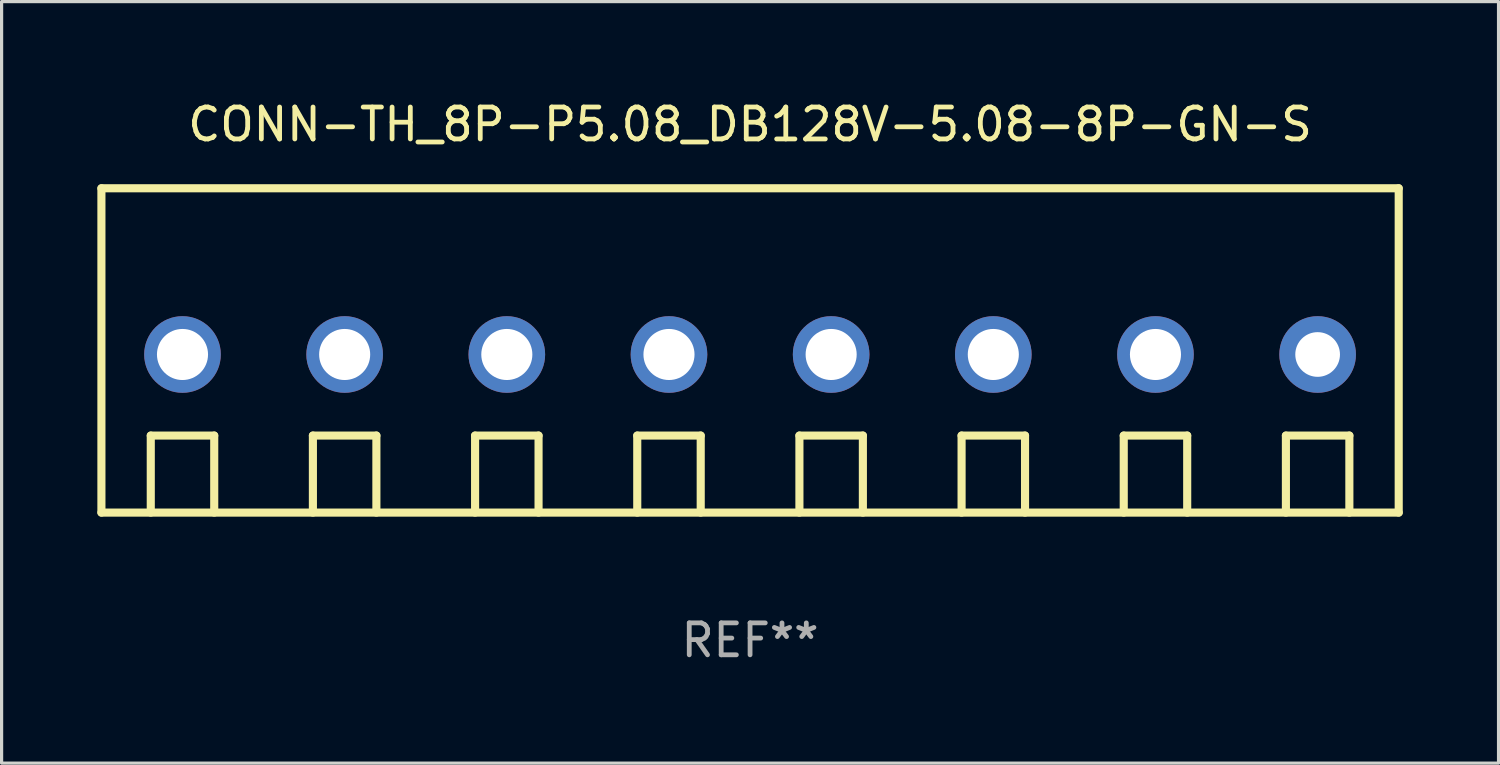
<source format=kicad_pcb>
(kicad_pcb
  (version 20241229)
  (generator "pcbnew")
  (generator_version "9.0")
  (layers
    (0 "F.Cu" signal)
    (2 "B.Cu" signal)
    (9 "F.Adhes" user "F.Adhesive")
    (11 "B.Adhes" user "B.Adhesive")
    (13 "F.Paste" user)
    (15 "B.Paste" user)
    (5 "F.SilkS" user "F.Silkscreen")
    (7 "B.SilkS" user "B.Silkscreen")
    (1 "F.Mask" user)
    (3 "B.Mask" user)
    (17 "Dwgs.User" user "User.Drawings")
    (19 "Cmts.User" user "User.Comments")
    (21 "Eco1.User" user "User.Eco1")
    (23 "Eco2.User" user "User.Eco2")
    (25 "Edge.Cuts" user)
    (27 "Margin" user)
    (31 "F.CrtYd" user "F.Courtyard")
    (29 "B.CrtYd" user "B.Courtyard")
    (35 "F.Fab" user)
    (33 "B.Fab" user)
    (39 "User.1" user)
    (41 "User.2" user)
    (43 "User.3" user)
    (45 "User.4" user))
  (footprint "CONN-TH_8P-P5.08_DB128V-5.08-8P-GN-S"
    (layer "F.Cu")
    (at 20.447 8.055)
    (property "Reference" "CONN-TH_8P-P5.08_DB128V-5.08-8P-GN-S" (at 0 -7.207 0) (layer "F.SilkS") (effects (font (size 1 1) (thickness 0.15))))
    (attr through_hole)
    (fp_line (start -20.32 -5.207) (end 20.32 -5.207) (stroke (width 0.254) (type solid)) (layer "F.SilkS"))
    (fp_line (start -20.32 4.953) (end -20.32 -5.207) (stroke (width 0.254) (type solid)) (layer "F.SilkS"))
    (fp_line (start -20.32 4.953) (end 20.32 4.953) (stroke (width 0.254) (type solid)) (layer "F.SilkS"))
    (fp_line (start -18.774 2.54) (end -18.774 4.953) (stroke (width 0.254) (type solid)) (layer "F.SilkS"))
    (fp_line (start -16.786 2.54) (end -18.774 2.54) (stroke (width 0.254) (type solid)) (layer "F.SilkS"))
    (fp_line (start -16.786 4.953) (end -16.786 2.54) (stroke (width 0.254) (type solid)) (layer "F.SilkS"))
    (fp_line (start -13.695 2.54) (end -13.695 4.953) (stroke (width 0.254) (type solid)) (layer "F.SilkS"))
    (fp_line (start -11.706 2.54) (end -13.695 2.54) (stroke (width 0.254) (type solid)) (layer "F.SilkS"))
    (fp_line (start -11.706 4.953) (end -11.706 2.54) (stroke (width 0.254) (type solid)) (layer "F.SilkS"))
    (fp_line (start -8.614 2.54) (end -8.614 4.953) (stroke (width 0.254) (type solid)) (layer "F.SilkS"))
    (fp_line (start -6.626 2.54) (end -8.614 2.54) (stroke (width 0.254) (type solid)) (layer "F.SilkS"))
    (fp_line (start -6.626 4.953) (end -6.626 2.54) (stroke (width 0.254) (type solid)) (layer "F.SilkS"))
    (fp_line (start -3.534 2.54) (end -3.534 4.953) (stroke (width 0.254) (type solid)) (layer "F.SilkS"))
    (fp_line (start -1.546 2.54) (end -3.534 2.54) (stroke (width 0.254) (type solid)) (layer "F.SilkS"))
    (fp_line (start -1.546 4.953) (end -1.546 2.54) (stroke (width 0.254) (type solid)) (layer "F.SilkS"))
    (fp_line (start 1.546 2.54) (end 1.546 4.953) (stroke (width 0.254) (type solid)) (layer "F.SilkS"))
    (fp_line (start 3.534 2.54) (end 1.546 2.54) (stroke (width 0.254) (type solid)) (layer "F.SilkS"))
    (fp_line (start 3.534 4.953) (end 3.534 2.54) (stroke (width 0.254) (type solid)) (layer "F.SilkS"))
    (fp_line (start 6.626 2.54) (end 6.626 4.953) (stroke (width 0.254) (type solid)) (layer "F.SilkS"))
    (fp_line (start 8.614 2.54) (end 6.626 2.54) (stroke (width 0.254) (type solid)) (layer "F.SilkS"))
    (fp_line (start 8.614 4.953) (end 8.614 2.54) (stroke (width 0.254) (type solid)) (layer "F.SilkS"))
    (fp_line (start 11.706 2.54) (end 11.706 4.953) (stroke (width 0.254) (type solid)) (layer "F.SilkS"))
    (fp_line (start 13.694 2.54) (end 11.706 2.54) (stroke (width 0.254) (type solid)) (layer "F.SilkS"))
    (fp_line (start 13.694 4.953) (end 13.694 2.54) (stroke (width 0.254) (type solid)) (layer "F.SilkS"))
    (fp_line (start 16.786 2.54) (end 16.786 4.953) (stroke (width 0.254) (type solid)) (layer "F.SilkS"))
    (fp_line (start 18.774 2.54) (end 16.786 2.54) (stroke (width 0.254) (type solid)) (layer "F.SilkS"))
    (fp_line (start 18.774 4.953) (end 18.774 2.54) (stroke (width 0.254) (type solid)) (layer "F.SilkS"))
    (fp_line (start 20.32 -5.207) (end 20.32 4.953) (stroke (width 0.254) (type solid)) (layer "F.SilkS"))
    (fp_circle (center -20.32 5) (end -20.29 5) (stroke (width 0.06) (type solid)) (fill no) (layer "F.SilkS"))
    (fp_text user "REF**" (at 0 8.953 0) (layer "F.Fab") (effects (font (size 1 1) (thickness 0.15))))
    (pad "1" thru_hole circle (at -17.78 0) (size 2.4 2.4) (drill 1.6) (layers "*.Cu" "*.Mask"))
    (pad "2" thru_hole circle (at -12.7 0) (size 2.4 2.4) (drill 1.6) (layers "*.Cu" "*.Mask"))
    (pad "3" thru_hole circle (at -7.62 0) (size 2.4 2.4) (drill 1.6) (layers "*.Cu" "*.Mask"))
    (pad "4" thru_hole circle (at -2.54 0) (size 2.4 2.4) (drill 1.6) (layers "*.Cu" "*.Mask"))
    (pad "5" thru_hole circle (at 2.54 0) (size 2.4 2.4) (drill 1.6) (layers "*.Cu" "*.Mask"))
    (pad "6" thru_hole circle (at 7.62 0) (size 2.4 2.4) (drill 1.6) (layers "*.Cu" "*.Mask"))
    (pad "7" thru_hole circle (at 12.7 0) (size 2.4 2.4) (drill 1.6) (layers "*.Cu" "*.Mask"))
    (pad "8" thru_hole circle (at 17.78 0) (size 2.4 2.4) (drill 1.4) (layers "*.Cu" "*.Mask")))
  (gr_rect
    (start -3 -3)
    (end 43.894 20.857)
    (stroke (width 0.1) (type default))
    (fill no)
    (layer "Edge.Cuts")))
</source>
